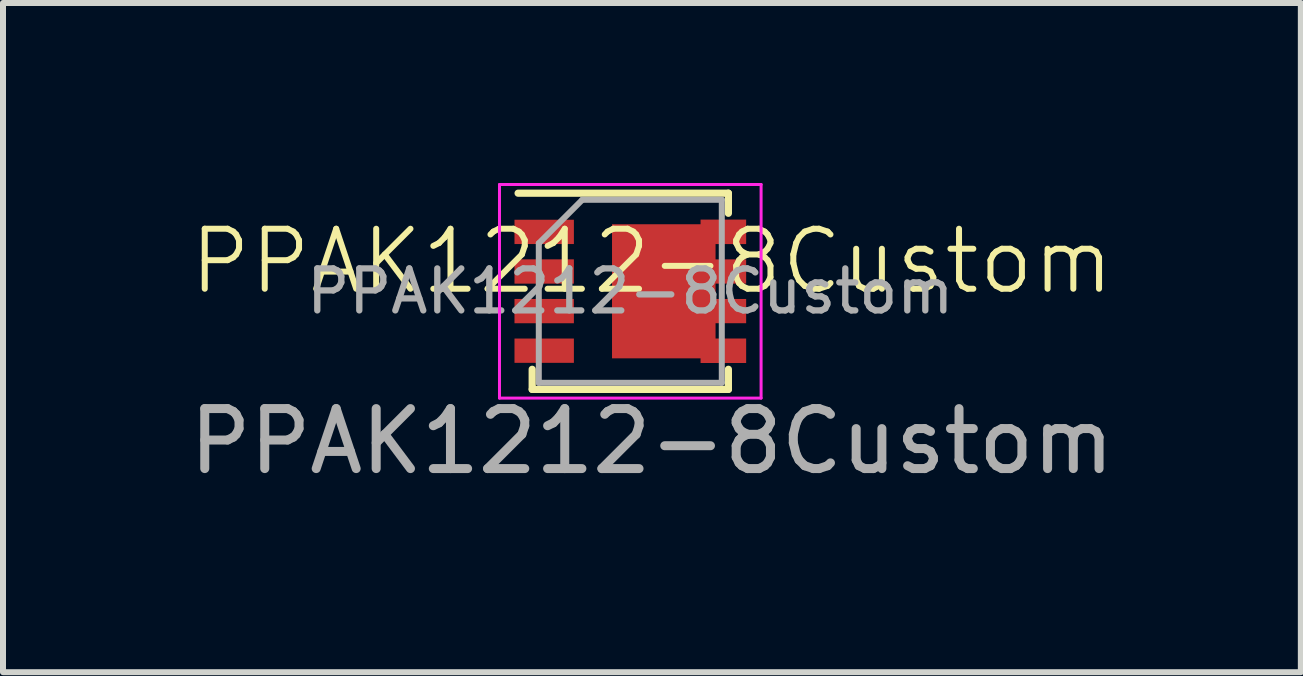
<source format=kicad_pcb>
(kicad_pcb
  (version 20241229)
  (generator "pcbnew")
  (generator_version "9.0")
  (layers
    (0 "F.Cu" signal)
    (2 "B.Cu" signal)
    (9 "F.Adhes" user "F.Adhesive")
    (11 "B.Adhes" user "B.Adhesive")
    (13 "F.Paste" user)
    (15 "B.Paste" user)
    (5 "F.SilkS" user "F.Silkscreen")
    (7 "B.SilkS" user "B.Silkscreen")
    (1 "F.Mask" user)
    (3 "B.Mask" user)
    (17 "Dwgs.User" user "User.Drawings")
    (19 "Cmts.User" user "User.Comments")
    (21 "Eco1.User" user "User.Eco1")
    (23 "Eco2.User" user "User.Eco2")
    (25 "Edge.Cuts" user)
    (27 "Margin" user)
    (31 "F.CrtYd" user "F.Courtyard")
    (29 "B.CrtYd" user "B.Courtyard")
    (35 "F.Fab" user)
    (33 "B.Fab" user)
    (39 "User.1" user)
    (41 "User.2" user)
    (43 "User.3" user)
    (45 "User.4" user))
  (footprint "PPAK1212-8Custom"
    (layer "F.Cu")
    (at 7.815 1.805)
    (property "Reference" "PPAK1212-8Custom" (at 0 -0.5 0) (unlocked yes) (layer "F.SilkS") (effects (font (size 1 1) (thickness 0.1))))
    (attr smd)
    (fp_line (start -2.23 -1.635) (end 1.275 -1.635) (stroke (width 0.12) (type solid)) (layer "F.SilkS"))
    (fp_line (start -1.995 1.3) (end -1.995 1.635) (stroke (width 0.12) (type solid)) (layer "F.SilkS"))
    (fp_line (start -1.995 1.635) (end 1.275 1.635) (stroke (width 0.12) (type solid)) (layer "F.SilkS"))
    (fp_line (start 1.275 -1.635) (end 1.275 -1.3) (stroke (width 0.12) (type solid)) (layer "F.SilkS"))
    (fp_line (start 1.275 1.3) (end 1.275 1.635) (stroke (width 0.12) (type solid)) (layer "F.SilkS"))
    (fp_line (start -2.54 -1.78) (end -2.54 1.78) (stroke (width 0.05) (type solid)) (layer "F.CrtYd"))
    (fp_line (start -2.54 -1.78) (end 1.82 -1.78) (stroke (width 0.05) (type solid)) (layer "F.CrtYd"))
    (fp_line (start -2.54 1.78) (end 1.82 1.78) (stroke (width 0.05) (type solid)) (layer "F.CrtYd"))
    (fp_line (start 1.82 -1.78) (end 1.82 1.78) (stroke (width 0.05) (type solid)) (layer "F.CrtYd"))
    (fp_line (start -1.885 -0.8) (end -1.885 1.525) (stroke (width 0.1) (type solid)) (layer "F.Fab"))
    (fp_line (start -1.885 -0.8) (end -1.16 -1.525) (stroke (width 0.1) (type solid)) (layer "F.Fab"))
    (fp_line (start -1.885 1.525) (end 1.165 1.525) (stroke (width 0.1) (type solid)) (layer "F.Fab"))
    (fp_line (start -1.16 -1.525) (end 1.165 -1.525) (stroke (width 0.1) (type solid)) (layer "F.Fab"))
    (fp_line (start 1.165 -1.525) (end 1.165 1.525) (stroke (width 0.1) (type solid)) (layer "F.Fab"))
    (fp_text user "${REFERENCE}" (at 0 2.5 0) (unlocked yes) (layer "F.Fab") (effects (font (size 1 1) (thickness 0.15))))
    (fp_text user "${REFERENCE}" (at -0.36 0 0) (layer "F.Fab") (effects (font (size 0.7 0.7) (thickness 0.105))))
    (pad "1" smd rect (at -1.795 -0.99) (size 0.99 0.405) (layers "F.Cu" "F.Mask" "F.Paste"))
    (pad "1" smd rect (at -1.795 -0.33) (size 0.99 0.405) (layers "F.Cu" "F.Mask" "F.Paste"))
    (pad "1" smd rect (at -1.795 0.33) (size 0.99 0.405) (layers "F.Cu" "F.Mask" "F.Paste"))
    (pad "2" smd rect (at -1.795 0.99) (size 0.99 0.405) (layers "F.Cu" "F.Mask" "F.Paste"))
    (pad "3" smd custom (at 0.198 0) (size 1.725 2.235) (layers "F.Cu" "F.Mask" "F.Paste") (options (anchor rect)) (primitives (gr_poly (pts (xy 1.373 -0.787) (xy 0.863 -0.787) (xy 0.863 -0.532) (xy 1.373 -0.532) (xy 1.373 -0.128) (xy 0.863 -0.128) (xy 0.863 0.128) (xy 1.373 0.128) (xy 1.373 0.532) (xy 0.863 0.532) (xy 0.863 0.787) (xy 1.373 0.787) (xy 1.373 1.195) (xy 0.613 1.195) (xy 0.613 -1.195) (xy 1.373 -1.195)) (width 0) (fill yes)))))
  (gr_rect
    (start -3 -3)
    (end 18.631 8.153)
    (stroke (width 0.1) (type default))
    (fill no)
    (layer "Edge.Cuts")))
</source>
